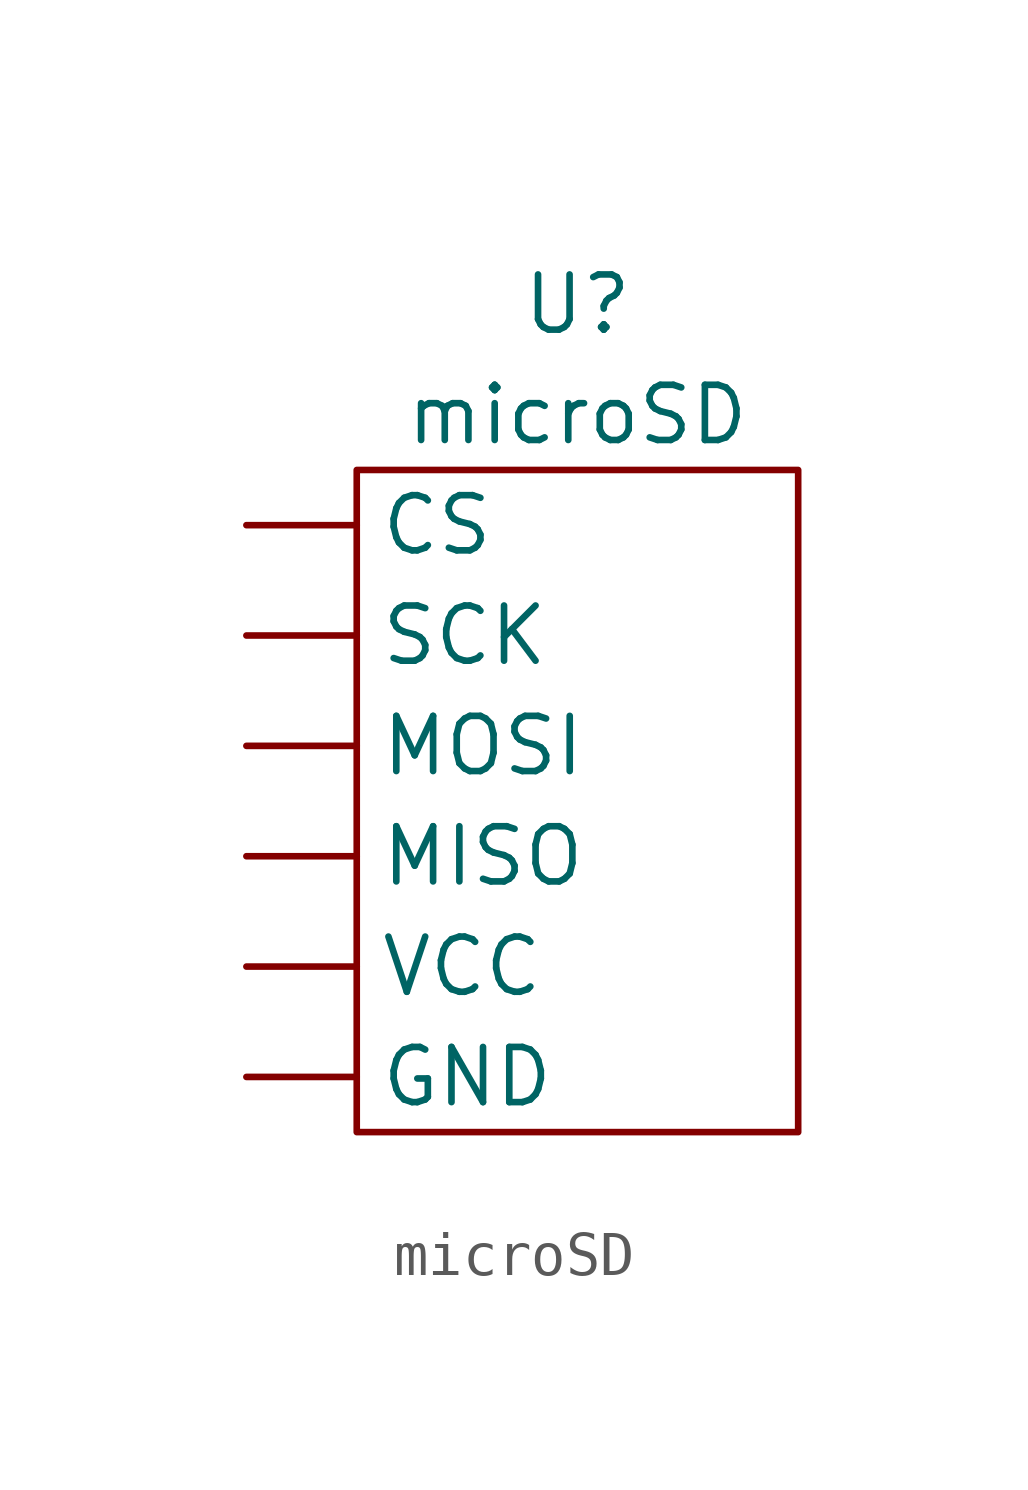
<source format=kicad_sym>
(kicad_symbol_lib
  (version 20220914)
  (generator kicad_symbol_editor)
  (symbol "microSD"
    (pin_numbers hide)
    (property "Reference" "U"
      (at 0 11.43 0)
      (effects (font (size 1.27 1.27))))
    (property "Value" "microSD"
      (at 0 8.89 0)
      (effects (font (size 1.27 1.27))))
    (symbol "microSD_0_1"
      (rectangle (start -5.08 7.62) (end 5.08 -7.62) (stroke (width 0) (type default)) (fill (type none))))
    (symbol "microSD_1_1"
      (pin input line (at -7.62 6.35 0) (length 2.54) (name "CS" (effects (font (size 1.27 1.27)))) (number "1" (effects (font (size 1.27 1.27)))))
      (pin input line (at -7.62 3.81 0) (length 2.54) (name "SCK" (effects (font (size 1.27 1.27)))) (number "2" (effects (font (size 1.27 1.27)))))
      (pin input line (at -7.62 1.27 0) (length 2.54) (name "MOSI" (effects (font (size 1.27 1.27)))) (number "3" (effects (font (size 1.27 1.27)))))
      (pin output line (at -7.62 -1.27 0) (length 2.54) (name "MISO" (effects (font (size 1.27 1.27)))) (number "4" (effects (font (size 1.27 1.27)))))
      (pin input line (at -7.62 -3.81 0) (length 2.54) (name "VCC" (effects (font (size 1.27 1.27)))) (number "5" (effects (font (size 1.27 1.27)))))
      (pin input line (at -7.62 -6.35 0) (length 2.54) (name "GND" (effects (font (size 1.27 1.27)))) (number "6" (effects (font (size 1.27 1.27))))))))
</source>
